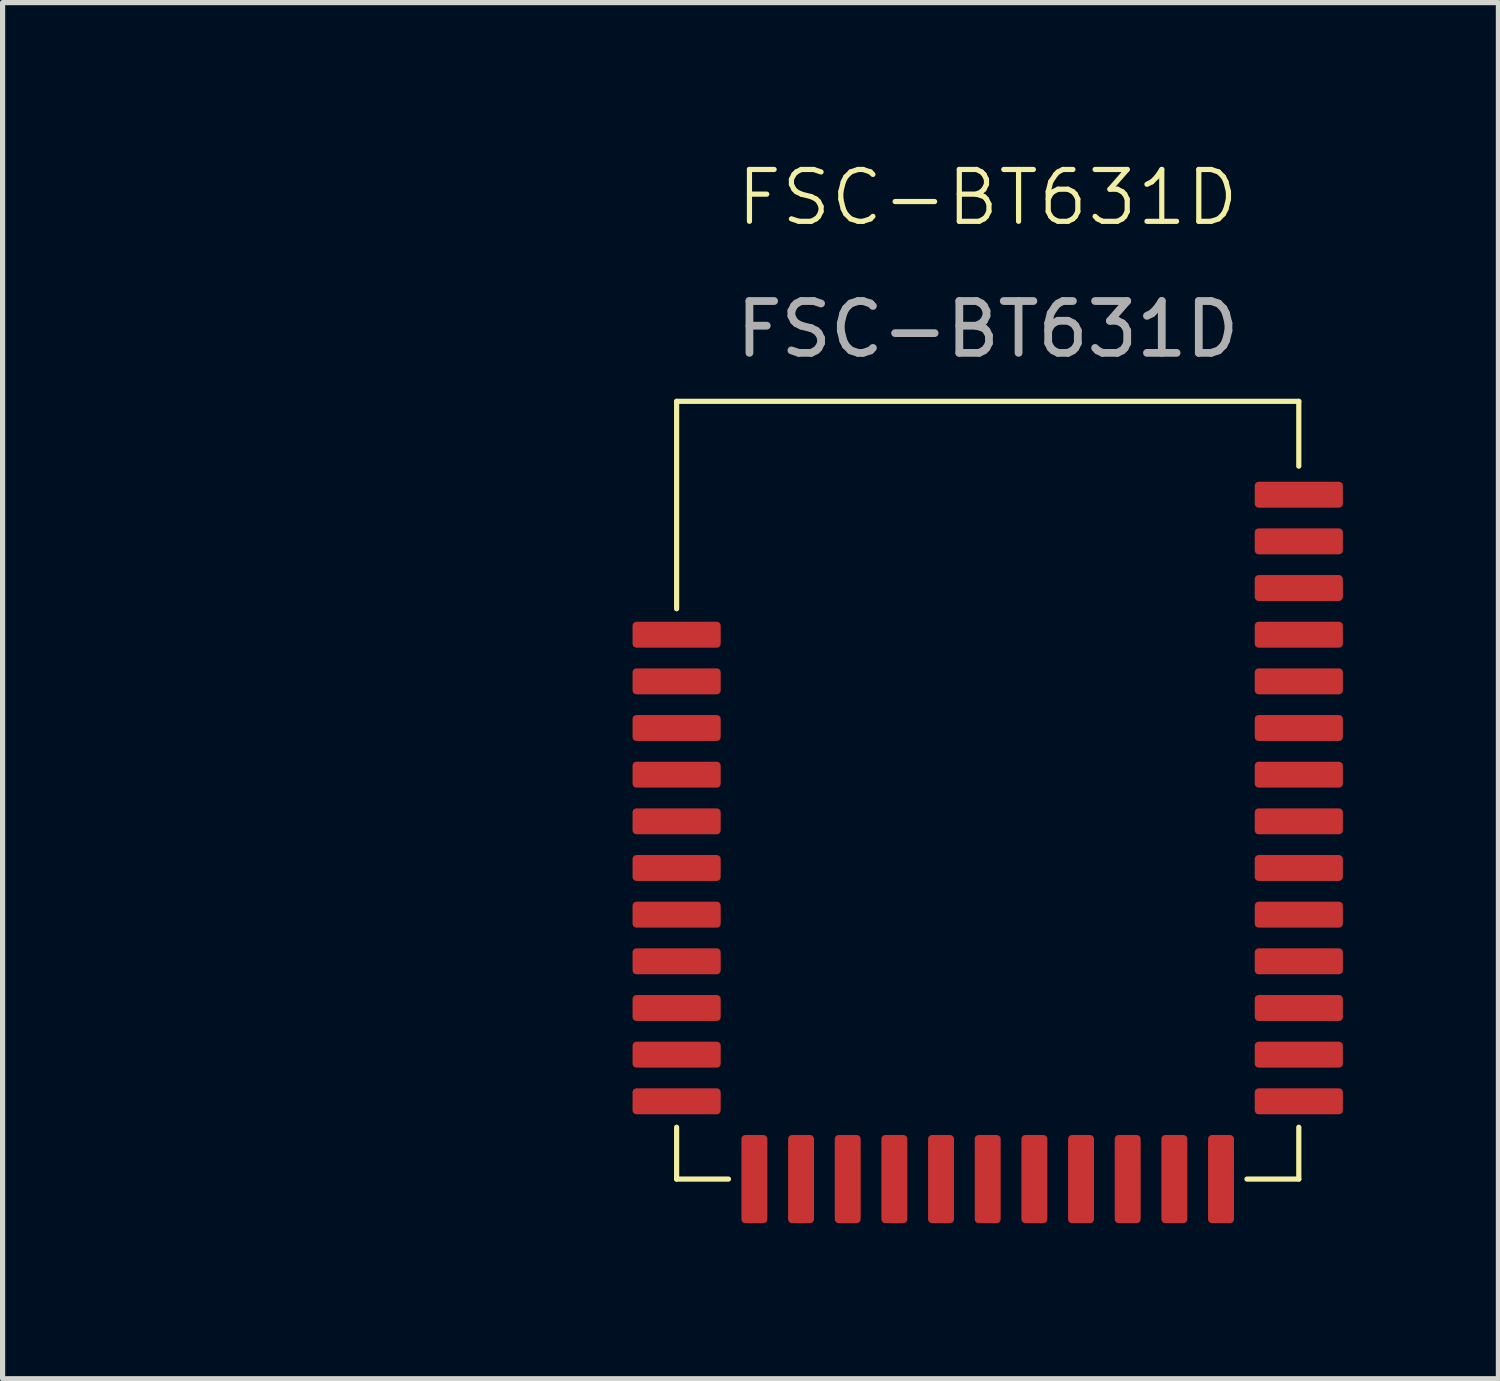
<source format=kicad_pcb>
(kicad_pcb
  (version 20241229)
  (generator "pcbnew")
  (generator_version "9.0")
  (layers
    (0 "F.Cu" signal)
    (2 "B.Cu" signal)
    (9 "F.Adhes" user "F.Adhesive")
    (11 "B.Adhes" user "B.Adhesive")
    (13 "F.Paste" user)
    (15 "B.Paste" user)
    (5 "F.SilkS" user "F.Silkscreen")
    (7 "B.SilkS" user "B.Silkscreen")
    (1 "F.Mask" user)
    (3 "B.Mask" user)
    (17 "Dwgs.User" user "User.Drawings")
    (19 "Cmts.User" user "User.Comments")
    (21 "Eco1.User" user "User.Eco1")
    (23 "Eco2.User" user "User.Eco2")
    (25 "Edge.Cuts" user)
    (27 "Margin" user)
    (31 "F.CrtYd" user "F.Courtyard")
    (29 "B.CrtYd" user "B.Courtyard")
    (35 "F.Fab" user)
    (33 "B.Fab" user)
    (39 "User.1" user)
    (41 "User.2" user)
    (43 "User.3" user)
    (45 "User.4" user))
  (footprint "FSC-BT631D"
    (layer "F.Cu")
    (at 16 12.191)
    (property "Reference" "FSC-BT631D" (at 0 -11.43 0) (unlocked yes) (layer "F.SilkS") (effects (font (size 1 1) (thickness 0.1))))
    (attr smd)
    (fp_line (start -6 -7.5) (end -6 -3.5) (stroke (width 0.1) (type default)) (layer "F.SilkS"))
    (fp_line (start -6 7.5) (end -6 6.5) (stroke (width 0.1) (type default)) (layer "F.SilkS"))
    (fp_line (start -5 7.5) (end -6 7.5) (stroke (width 0.1) (type default)) (layer "F.SilkS"))
    (fp_line (start 5 7.5) (end 6 7.5) (stroke (width 0.1) (type default)) (layer "F.SilkS"))
    (fp_line (start 6 -7.5) (end -6 -7.5) (stroke (width 0.1) (type default)) (layer "F.SilkS"))
    (fp_line (start 6 -6.25) (end 6 -7.5) (stroke (width 0.1) (type default)) (layer "F.SilkS"))
    (fp_line (start 6 7.5) (end 6 6.5) (stroke (width 0.1) (type default)) (layer "F.SilkS"))
    (fp_text user "${REFERENCE}" (at 0 -8.89 0) (unlocked yes) (layer "F.Fab") (effects (font (size 1 1) (thickness 0.15))))
    (pad "1" smd roundrect (at -6 -3) (size 1.7 0.5) (layers "F.Cu" "F.Mask" "F.Paste") (roundrect_rratio 0.15))
    (pad "2" smd roundrect (at -6 -2.1) (size 1.7 0.5) (layers "F.Cu" "F.Mask" "F.Paste") (roundrect_rratio 0.15))
    (pad "3" smd roundrect (at -6 -1.2) (size 1.7 0.5) (layers "F.Cu" "F.Mask" "F.Paste") (roundrect_rratio 0.15))
    (pad "4" smd roundrect (at -6 -0.3) (size 1.7 0.5) (layers "F.Cu" "F.Mask" "F.Paste") (roundrect_rratio 0.15))
    (pad "5" smd roundrect (at -6 0.6) (size 1.7 0.5) (layers "F.Cu" "F.Mask" "F.Paste") (roundrect_rratio 0.15))
    (pad "6" smd roundrect (at -6 1.5) (size 1.7 0.5) (layers "F.Cu" "F.Mask" "F.Paste") (roundrect_rratio 0.15))
    (pad "7" smd roundrect (at -6 2.4) (size 1.7 0.5) (layers "F.Cu" "F.Mask" "F.Paste") (roundrect_rratio 0.15))
    (pad "8" smd roundrect (at -6 3.3) (size 1.7 0.5) (layers "F.Cu" "F.Mask" "F.Paste") (roundrect_rratio 0.15))
    (pad "9" smd roundrect (at -6 4.2) (size 1.7 0.5) (layers "F.Cu" "F.Mask" "F.Paste") (roundrect_rratio 0.15))
    (pad "10" smd roundrect (at -6 5.1) (size 1.7 0.5) (layers "F.Cu" "F.Mask" "F.Paste") (roundrect_rratio 0.15))
    (pad "11" smd roundrect (at -6 6) (size 1.7 0.5) (layers "F.Cu" "F.Mask" "F.Paste") (roundrect_rratio 0.15))
    (pad "12" smd roundrect (at -4.5 7.5 90) (size 1.7 0.5) (layers "F.Cu" "F.Mask" "F.Paste") (roundrect_rratio 0.15))
    (pad "13" smd roundrect (at -3.6 7.5 90) (size 1.7 0.5) (layers "F.Cu" "F.Mask" "F.Paste") (roundrect_rratio 0.15))
    (pad "14" smd roundrect (at -2.7 7.5 90) (size 1.7 0.5) (layers "F.Cu" "F.Mask" "F.Paste") (roundrect_rratio 0.15))
    (pad "15" smd roundrect (at -1.8 7.5 90) (size 1.7 0.5) (layers "F.Cu" "F.Mask" "F.Paste") (roundrect_rratio 0.15))
    (pad "16" smd roundrect (at -0.9 7.5 90) (size 1.7 0.5) (layers "F.Cu" "F.Mask" "F.Paste") (roundrect_rratio 0.15))
    (pad "17" smd roundrect (at 0 7.5 90) (size 1.7 0.5) (layers "F.Cu" "F.Mask" "F.Paste") (roundrect_rratio 0.15))
    (pad "18" smd roundrect (at 0.9 7.5 90) (size 1.7 0.5) (layers "F.Cu" "F.Mask" "F.Paste") (roundrect_rratio 0.15))
    (pad "19" smd roundrect (at 1.8 7.5 90) (size 1.7 0.5) (layers "F.Cu" "F.Mask" "F.Paste") (roundrect_rratio 0.15))
    (pad "20" smd roundrect (at 2.7 7.5 90) (size 1.7 0.5) (layers "F.Cu" "F.Mask" "F.Paste") (roundrect_rratio 0.15))
    (pad "21" smd roundrect (at 3.6 7.5 90) (size 1.7 0.5) (layers "F.Cu" "F.Mask" "F.Paste") (roundrect_rratio 0.15))
    (pad "22" smd roundrect (at 4.5 7.5 90) (size 1.7 0.5) (layers "F.Cu" "F.Mask" "F.Paste") (roundrect_rratio 0.15))
    (pad "23" smd roundrect (at 6 6) (size 1.7 0.5) (layers "F.Cu" "F.Mask" "F.Paste") (roundrect_rratio 0.15))
    (pad "24" smd roundrect (at 6 5.1) (size 1.7 0.5) (layers "F.Cu" "F.Mask" "F.Paste") (roundrect_rratio 0.15))
    (pad "25" smd roundrect (at 6 4.2) (size 1.7 0.5) (layers "F.Cu" "F.Mask" "F.Paste") (roundrect_rratio 0.15))
    (pad "26" smd roundrect (at 6 3.3) (size 1.7 0.5) (layers "F.Cu" "F.Mask" "F.Paste") (roundrect_rratio 0.15))
    (pad "27" smd roundrect (at 6 2.4) (size 1.7 0.5) (layers "F.Cu" "F.Mask" "F.Paste") (roundrect_rratio 0.15))
    (pad "28" smd roundrect (at 6 1.5) (size 1.7 0.5) (layers "F.Cu" "F.Mask" "F.Paste") (roundrect_rratio 0.15))
    (pad "29" smd roundrect (at 6 0.6) (size 1.7 0.5) (layers "F.Cu" "F.Mask" "F.Paste") (roundrect_rratio 0.15))
    (pad "30" smd roundrect (at 6 -0.3) (size 1.7 0.5) (layers "F.Cu" "F.Mask" "F.Paste") (roundrect_rratio 0.15))
    (pad "31" smd roundrect (at 6 -1.2) (size 1.7 0.5) (layers "F.Cu" "F.Mask" "F.Paste") (roundrect_rratio 0.15))
    (pad "32" smd roundrect (at 6 -2.1) (size 1.7 0.5) (layers "F.Cu" "F.Mask" "F.Paste") (roundrect_rratio 0.15))
    (pad "33" smd roundrect (at 6 -3) (size 1.7 0.5) (layers "F.Cu" "F.Mask" "F.Paste") (roundrect_rratio 0.15))
    (pad "34" smd roundrect (at 6 -3.9) (size 1.7 0.5) (layers "F.Cu" "F.Mask" "F.Paste") (roundrect_rratio 0.15))
    (pad "35" smd roundrect (at 6 -4.8) (size 1.7 0.5) (layers "F.Cu" "F.Mask" "F.Paste") (roundrect_rratio 0.15))
    (pad "36" smd roundrect (at 6 -5.7) (size 1.7 0.5) (layers "F.Cu" "F.Mask" "F.Paste") (roundrect_rratio 0.15))
    (zone (net_name "") (layer "F.SilkS") (hatch full 0.5) (connect_pads) (min_thickness 0.25) (filled_areas_thickness no) (keepout (tracks not_allowed) (vias not_allowed) (pads not_allowed) (copperpour not_allowed) (footprints not_allowed)) (placement (enabled no)) (fill) (polygon (pts (xy 22 4.691) (xy 22 9.691) (xy 4 9.691) (xy 4 4.691))))
    (zone (net_name "") (layer "F.SilkS") (hatch edge 0.5) (connect_pads) (min_thickness 0.25) (filled_areas_thickness no) (keepout (tracks allowed) (vias allowed) (pads allowed) (copperpour allowed) (footprints not_allowed)) (placement (enabled no)) (fill) (polygon (pts (xy 22 4.691) (xy 22 14.691) (xy 0 14.691) (xy 0 4.691)))))
  (gr_rect
    (start -3 -3)
    (end 25.85 23.541)
    (stroke (width 0.1) (type default))
    (fill no)
    (layer "Edge.Cuts")))
</source>
